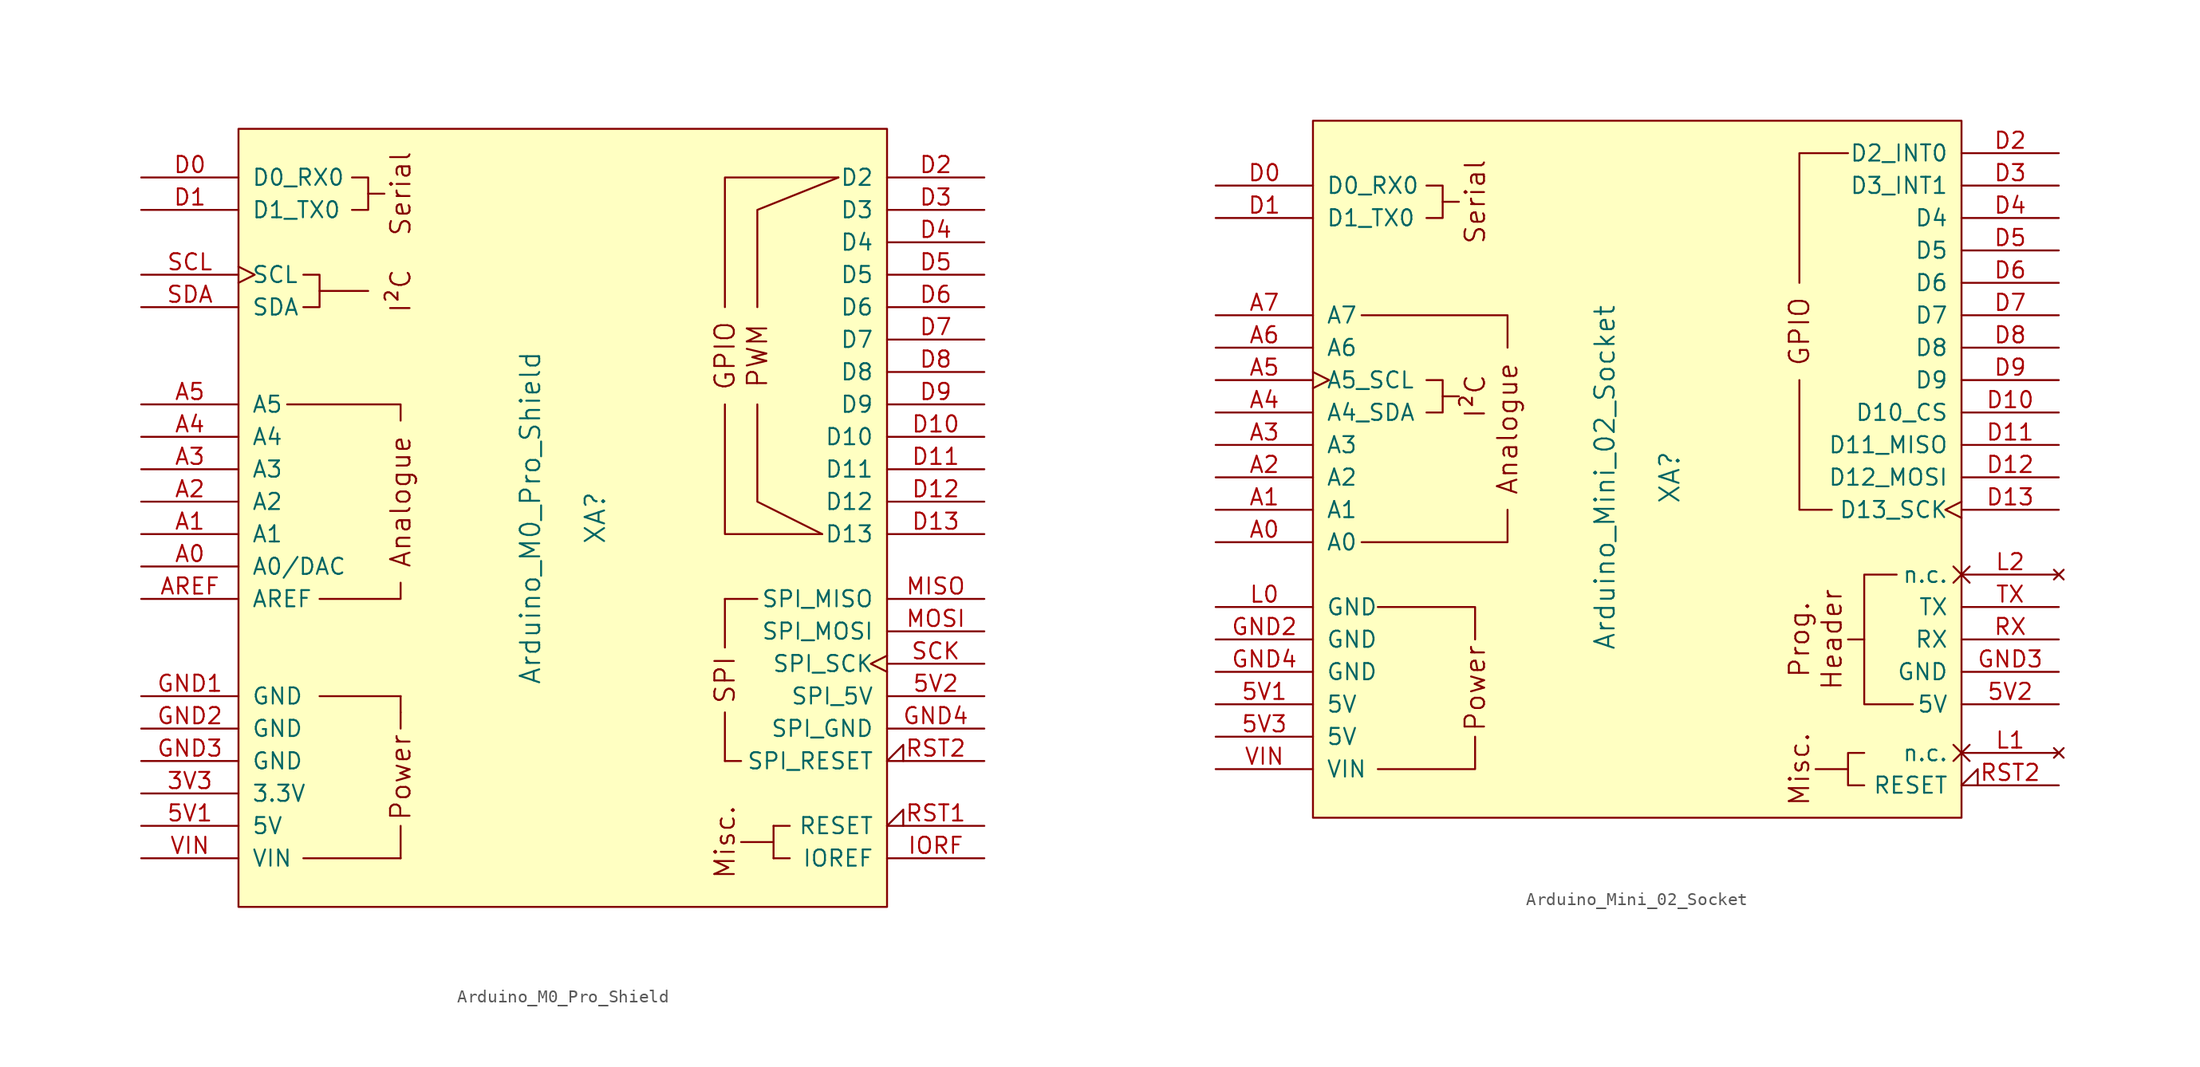
<source format=kicad_sym>
(kicad_symbol_lib
  (version 20231120)
  (generator "kicad_symbol_editor")
  (generator_version "8.0")
  (symbol "Arduino_M0_Pro_Shield"
    (pin_names
      (offset 1.016))
    (property "Reference" "XA"
      (at 2.54 0 90)
      (effects (font (size 1.524 1.524))))
    (property "Value" "Arduino_M0_Pro_Shield"
      (at -2.54 0 90)
      (effects (font (size 1.524 1.524))))
    (symbol "Arduino_M0_Pro_Shield_0_0"
      (rectangle (start -25.4 30.48) (end 25.4 -30.48) (stroke (width 0) (type solid)) (fill (type background)))
      (rectangle (start -20.32 -26.67) (end -12.7 -26.67) (stroke (width 0) (type solid)) (fill (type none)))
      (rectangle (start -19.05 -13.97) (end -12.7 -13.97) (stroke (width 0) (type solid)) (fill (type none)))
      (polyline (pts (xy -19.05 17.78) (xy -15.24 17.78)) (stroke (width 0) (type solid)) (fill (type none)))
      (polyline (pts (xy -15.24 25.4) (xy -13.97 25.4)) (stroke (width 0) (type solid)) (fill (type none)))
      (polyline (pts (xy -12.7 -26.67) (xy -12.7 -24.13)) (stroke (width 0) (type solid)) (fill (type none)))
      (polyline (pts (xy -12.7 -15.24) (xy -12.7 -16.51)) (stroke (width 0) (type solid)) (fill (type none)))
      (polyline (pts (xy -12.7 -13.97) (xy -12.7 -15.24)) (stroke (width 0) (type solid)) (fill (type none)))
      (polyline (pts (xy -12.7 -5.08) (xy -12.7 -6.35) (xy -19.05 -6.35)) (stroke (width 0) (type solid)) (fill (type none)))
      (polyline (pts (xy -12.7 7.62) (xy -12.7 8.89) (xy -21.59 8.89)) (stroke (width 0) (type solid)) (fill (type none)))
      (polyline (pts (xy 12.7 8.89) (xy 12.7 -1.27) (xy 20.32 -1.27)) (stroke (width 0) (type solid)) (fill (type none)))
      (polyline (pts (xy 12.7 16.51) (xy 12.7 26.67) (xy 21.59 26.67)) (stroke (width 0) (type solid)) (fill (type none)))
      (polyline (pts (xy 15.24 8.89) (xy 15.24 1.27) (xy 20.32 -1.27)) (stroke (width 0) (type solid)) (fill (type none)))
      (polyline (pts (xy 15.24 16.51) (xy 15.24 24.13) (xy 21.59 26.67)) (stroke (width 0) (type solid)) (fill (type none)))
      (polyline (pts (xy -20.32 19.05) (xy -19.05 19.05) (xy -19.05 16.51) (xy -20.32 16.51)) (stroke (width 0) (type solid)) (fill (type none)))
      (polyline (pts (xy -16.51 26.67) (xy -15.24 26.67) (xy -15.24 24.13) (xy -16.51 24.13)) (stroke (width 0) (type solid)) (fill (type none)))
      (rectangle (start 12.7 -19.05) (end 12.7 -15.24) (stroke (width 0) (type solid)) (fill (type none)))
      (rectangle (start 12.7 -10.16) (end 12.7 -6.35) (stroke (width 0) (type solid)) (fill (type none)))
      (rectangle (start 13.97 -19.05) (end 12.7 -19.05) (stroke (width 0) (type solid)) (fill (type none)))
      (rectangle (start 15.24 -6.35) (end 12.7 -6.35) (stroke (width 0) (type solid)) (fill (type none)))
      (rectangle (start 16.51 -25.4) (end 13.97 -25.4) (stroke (width 0) (type solid)) (fill (type none)))
      (rectangle (start 16.51 -24.13) (end 16.51 -26.67) (stroke (width 0) (type solid)) (fill (type none)))
      (rectangle (start 17.78 -26.67) (end 16.51 -26.67) (stroke (width 0) (type solid)) (fill (type none)))
      (rectangle (start 17.78 -24.13) (end 16.51 -24.13) (stroke (width 0) (type solid)) (fill (type none)))
      (text "Analogue" (at -12.7 1.27 900) (effects (font (size 1.524 1.524))))
      (text "I²C" (at -12.7 17.78 900) (effects (font (size 1.524 1.524))))
      (text "Misc." (at 12.7 -25.4 900) (effects (font (size 1.524 1.524))))
      (text "Power" (at -12.7 -20.32 900) (effects (font (size 1.524 1.524))))
      (text "PWM" (at 15.24 12.7 900) (effects (font (size 1.524 1.524))))
      (text "Serial" (at -12.7 25.4 900) (effects (font (size 1.524 1.524))))
      (text "SPI" (at 12.7 -12.7 900) (effects (font (size 1.524 1.524)))))
    (symbol "Arduino_M0_Pro_Shield_1_0"
      (text "GPIO" (at 12.7 12.7 900) (effects (font (size 1.524 1.524)))))
    (symbol "Arduino_M0_Pro_Shield_1_1"
      (pin power_in line (at -33.02 -21.59 0) (length 7.62) (name "3.3V" (effects (font (size 1.27 1.27)))) (number "3V3" (effects (font (size 1.27 1.27)))))
      (pin power_in line (at -33.02 -24.13 0) (length 7.62) (name "5V" (effects (font (size 1.27 1.27)))) (number "5V1" (effects (font (size 1.27 1.27)))))
      (pin power_in line (at 33.02 -13.97 180) (length 7.62) (name "SPI_5V" (effects (font (size 1.27 1.27)))) (number "5V2" (effects (font (size 1.27 1.27)))))
      (pin bidirectional line (at -33.02 -3.81 0) (length 7.62) (name "A0/DAC" (effects (font (size 1.27 1.27)))) (number "A0" (effects (font (size 1.27 1.27)))))
      (pin bidirectional line (at -33.02 -1.27 0) (length 7.62) (name "A1" (effects (font (size 1.27 1.27)))) (number "A1" (effects (font (size 1.27 1.27)))))
      (pin bidirectional line (at -33.02 1.27 0) (length 7.62) (name "A2" (effects (font (size 1.27 1.27)))) (number "A2" (effects (font (size 1.27 1.27)))))
      (pin bidirectional line (at -33.02 3.81 0) (length 7.62) (name "A3" (effects (font (size 1.27 1.27)))) (number "A3" (effects (font (size 1.27 1.27)))))
      (pin bidirectional line (at -33.02 6.35 0) (length 7.62) (name "A4" (effects (font (size 1.27 1.27)))) (number "A4" (effects (font (size 1.27 1.27)))))
      (pin bidirectional line (at -33.02 8.89 0) (length 7.62) (name "A5" (effects (font (size 1.27 1.27)))) (number "A5" (effects (font (size 1.27 1.27)))))
      (pin input line (at -33.02 -6.35 0) (length 7.62) (name "AREF" (effects (font (size 1.27 1.27)))) (number "AREF" (effects (font (size 1.27 1.27)))))
      (pin bidirectional line (at -33.02 26.67 0) (length 7.62) (name "D0_RX0" (effects (font (size 1.27 1.27)))) (number "D0" (effects (font (size 1.27 1.27)))))
      (pin bidirectional line (at -33.02 24.13 0) (length 7.62) (name "D1_TX0" (effects (font (size 1.27 1.27)))) (number "D1" (effects (font (size 1.27 1.27)))))
      (pin bidirectional line (at 33.02 6.35 180) (length 7.62) (name "D10" (effects (font (size 1.27 1.27)))) (number "D10" (effects (font (size 1.27 1.27)))))
      (pin bidirectional line (at 33.02 3.81 180) (length 7.62) (name "D11" (effects (font (size 1.27 1.27)))) (number "D11" (effects (font (size 1.27 1.27)))))
      (pin bidirectional line (at 33.02 1.27 180) (length 7.62) (name "D12" (effects (font (size 1.27 1.27)))) (number "D12" (effects (font (size 1.27 1.27)))))
      (pin bidirectional line (at 33.02 -1.27 180) (length 7.62) (name "D13" (effects (font (size 1.27 1.27)))) (number "D13" (effects (font (size 1.27 1.27)))))
      (pin bidirectional line (at 33.02 26.67 180) (length 7.62) (name "D2" (effects (font (size 1.27 1.27)))) (number "D2" (effects (font (size 1.27 1.27)))))
      (pin bidirectional line (at 33.02 24.13 180) (length 7.62) (name "D3" (effects (font (size 1.27 1.27)))) (number "D3" (effects (font (size 1.27 1.27)))))
      (pin bidirectional line (at 33.02 21.59 180) (length 7.62) (name "D4" (effects (font (size 1.27 1.27)))) (number "D4" (effects (font (size 1.27 1.27)))))
      (pin bidirectional line (at 33.02 19.05 180) (length 7.62) (name "D5" (effects (font (size 1.27 1.27)))) (number "D5" (effects (font (size 1.27 1.27)))))
      (pin bidirectional line (at 33.02 16.51 180) (length 7.62) (name "D6" (effects (font (size 1.27 1.27)))) (number "D6" (effects (font (size 1.27 1.27)))))
      (pin bidirectional line (at 33.02 13.97 180) (length 7.62) (name "D7" (effects (font (size 1.27 1.27)))) (number "D7" (effects (font (size 1.27 1.27)))))
      (pin bidirectional line (at 33.02 11.43 180) (length 7.62) (name "D8" (effects (font (size 1.27 1.27)))) (number "D8" (effects (font (size 1.27 1.27)))))
      (pin bidirectional line (at 33.02 8.89 180) (length 7.62) (name "D9" (effects (font (size 1.27 1.27)))) (number "D9" (effects (font (size 1.27 1.27)))))
      (pin power_in line (at -33.02 -13.97 0) (length 7.62) (name "GND" (effects (font (size 1.27 1.27)))) (number "GND1" (effects (font (size 1.27 1.27)))))
      (pin power_in line (at -33.02 -16.51 0) (length 7.62) (name "GND" (effects (font (size 1.27 1.27)))) (number "GND2" (effects (font (size 1.27 1.27)))))
      (pin power_in line (at -33.02 -19.05 0) (length 7.62) (name "GND" (effects (font (size 1.27 1.27)))) (number "GND3" (effects (font (size 1.27 1.27)))))
      (pin power_in line (at 33.02 -16.51 180) (length 7.62) (name "SPI_GND" (effects (font (size 1.27 1.27)))) (number "GND4" (effects (font (size 1.27 1.27)))))
      (pin output line (at 33.02 -26.67 180) (length 7.62) (name "IOREF" (effects (font (size 1.27 1.27)))) (number "IORF" (effects (font (size 1.27 1.27)))))
      (pin input line (at 33.02 -6.35 180) (length 7.62) (name "SPI_MISO" (effects (font (size 1.27 1.27)))) (number "MISO" (effects (font (size 1.27 1.27)))))
      (pin output line (at 33.02 -8.89 180) (length 7.62) (name "SPI_MOSI" (effects (font (size 1.27 1.27)))) (number "MOSI" (effects (font (size 1.27 1.27)))))
      (pin open_collector input_low (at 33.02 -24.13 180) (length 7.62) (name "RESET" (effects (font (size 1.27 1.27)))) (number "RST1" (effects (font (size 1.27 1.27)))))
      (pin open_collector input_low (at 33.02 -19.05 180) (length 7.62) (name "SPI_RESET" (effects (font (size 1.27 1.27)))) (number "RST2" (effects (font (size 1.27 1.27)))))
      (pin output clock (at 33.02 -11.43 180) (length 7.62) (name "SPI_SCK" (effects (font (size 1.27 1.27)))) (number "SCK" (effects (font (size 1.27 1.27)))))
      (pin bidirectional clock (at -33.02 19.05 0) (length 7.62) (name "SCL" (effects (font (size 1.27 1.27)))) (number "SCL" (effects (font (size 1.27 1.27)))))
      (pin bidirectional line (at -33.02 16.51 0) (length 7.62) (name "SDA" (effects (font (size 1.27 1.27)))) (number "SDA" (effects (font (size 1.27 1.27)))))
      (pin power_in line (at -33.02 -26.67 0) (length 7.62) (name "VIN" (effects (font (size 1.27 1.27)))) (number "VIN" (effects (font (size 1.27 1.27)))))))
  (symbol "Arduino_Mini_02_Socket"
    (pin_names
      (offset 1.016))
    (property "Reference" "XA"
      (at 2.54 0 90)
      (effects (font (size 1.524 1.524))))
    (property "Value" "Arduino_Mini_02_Socket"
      (at -2.54 0 90)
      (effects (font (size 1.524 1.524))))
    (symbol "Arduino_Mini_02_Socket_0_0"
      (rectangle (start -25.4 27.94) (end 25.4 -26.67) (stroke (width 0) (type solid)) (fill (type background)))
      (polyline (pts (xy -15.24 6.35) (xy -13.97 6.35)) (stroke (width 0) (type solid)) (fill (type none)))
      (polyline (pts (xy -15.24 21.59) (xy -13.97 21.59)) (stroke (width 0) (type solid)) (fill (type none)))
      (polyline (pts (xy 16.51 -22.86) (xy 13.97 -22.86)) (stroke (width 0) (type solid)) (fill (type none)))
      (polyline (pts (xy -20.32 -22.86) (xy -12.7 -22.86) (xy -12.7 -20.32)) (stroke (width 0) (type solid)) (fill (type none)))
      (polyline (pts (xy -12.7 -12.7) (xy -12.7 -10.16) (xy -20.32 -10.16)) (stroke (width 0) (type solid)) (fill (type none)))
      (polyline (pts (xy -10.16 -2.54) (xy -10.16 -5.08) (xy -21.59 -5.08)) (stroke (width 0) (type solid)) (fill (type none)))
      (polyline (pts (xy -10.16 10.16) (xy -10.16 12.7) (xy -21.59 12.7)) (stroke (width 0) (type solid)) (fill (type none)))
      (polyline (pts (xy 17.78 -12.7) (xy 17.78 -17.78) (xy 21.59 -17.78)) (stroke (width 0) (type solid)) (fill (type none)))
      (polyline (pts (xy -16.51 7.62) (xy -15.24 7.62) (xy -15.24 5.08) (xy -16.51 5.08)) (stroke (width 0) (type solid)) (fill (type none)))
      (polyline (pts (xy -16.51 22.86) (xy -15.24 22.86) (xy -15.24 20.32) (xy -16.51 20.32)) (stroke (width 0) (type solid)) (fill (type none)))
      (polyline (pts (xy 20.32 -7.62) (xy 17.78 -7.62) (xy 17.78 -12.7) (xy 16.51 -12.7)) (stroke (width 0) (type solid)) (fill (type none)))
      (text "Analogue" (at -10.16 3.81 900) (effects (font (size 1.524 1.524))))
      (text "Header" (at 15.24 -12.7 900) (effects (font (size 1.524 1.524))))
      (text "I²C" (at -12.7 6.35 900) (effects (font (size 1.524 1.524))))
      (text "Misc." (at 12.7 -22.86 900) (effects (font (size 1.524 1.524))))
      (text "Power" (at -12.7 -16.51 900) (effects (font (size 1.524 1.524))))
      (text "Prog." (at 12.7 -12.7 900) (effects (font (size 1.524 1.524))))
      (text "Serial" (at -12.7 21.59 900) (effects (font (size 1.524 1.524)))))
    (symbol "Arduino_Mini_02_Socket_0_1"
      (polyline (pts (xy 15.24 -2.54) (xy 12.7 -2.54) (xy 12.7 7.62)) (stroke (width 0) (type solid)) (fill (type none)))
      (polyline (pts (xy 16.51 25.4) (xy 12.7 25.4) (xy 12.7 15.24)) (stroke (width 0) (type solid)) (fill (type none)))
      (polyline (pts (xy 17.78 -21.59) (xy 16.51 -21.59) (xy 16.51 -24.13) (xy 17.78 -24.13)) (stroke (width 0) (type solid)) (fill (type none))))
    (symbol "Arduino_Mini_02_Socket_1_0"
      (text "GPIO" (at 12.7 11.43 900) (effects (font (size 1.524 1.524)))))
    (symbol "Arduino_Mini_02_Socket_1_1"
      (pin power_in line (at -33.02 -17.78 0) (length 7.62) (name "5V" (effects (font (size 1.27 1.27)))) (number "5V1" (effects (font (size 1.27 1.27)))))
      (pin power_in line (at 33.02 -17.78 180) (length 7.62) (name "5V" (effects (font (size 1.27 1.27)))) (number "5V2" (effects (font (size 1.27 1.27)))))
      (pin power_in line (at -33.02 -20.32 0) (length 7.62) (name "5V" (effects (font (size 1.27 1.27)))) (number "5V3" (effects (font (size 1.27 1.27)))))
      (pin bidirectional line (at -33.02 -5.08 0) (length 7.62) (name "A0" (effects (font (size 1.27 1.27)))) (number "A0" (effects (font (size 1.27 1.27)))))
      (pin bidirectional line (at -33.02 -2.54 0) (length 7.62) (name "A1" (effects (font (size 1.27 1.27)))) (number "A1" (effects (font (size 1.27 1.27)))))
      (pin bidirectional line (at -33.02 0 0) (length 7.62) (name "A2" (effects (font (size 1.27 1.27)))) (number "A2" (effects (font (size 1.27 1.27)))))
      (pin bidirectional line (at -33.02 2.54 0) (length 7.62) (name "A3" (effects (font (size 1.27 1.27)))) (number "A3" (effects (font (size 1.27 1.27)))))
      (pin bidirectional line (at -33.02 5.08 0) (length 7.62) (name "A4_SDA" (effects (font (size 1.27 1.27)))) (number "A4" (effects (font (size 1.27 1.27)))))
      (pin bidirectional clock (at -33.02 7.62 0) (length 7.62) (name "A5_SCL" (effects (font (size 1.27 1.27)))) (number "A5" (effects (font (size 1.27 1.27)))))
      (pin input line (at -33.02 10.16 0) (length 7.62) (name "A6" (effects (font (size 1.27 1.27)))) (number "A6" (effects (font (size 1.27 1.27)))))
      (pin input line (at -33.02 12.7 0) (length 7.62) (name "A7" (effects (font (size 1.27 1.27)))) (number "A7" (effects (font (size 1.27 1.27)))))
      (pin bidirectional line (at -33.02 22.86 0) (length 7.62) (name "D0_RX0" (effects (font (size 1.27 1.27)))) (number "D0" (effects (font (size 1.27 1.27)))))
      (pin bidirectional line (at -33.02 20.32 0) (length 7.62) (name "D1_TX0" (effects (font (size 1.27 1.27)))) (number "D1" (effects (font (size 1.27 1.27)))))
      (pin bidirectional line (at 33.02 5.08 180) (length 7.62) (name "D10_CS" (effects (font (size 1.27 1.27)))) (number "D10" (effects (font (size 1.27 1.27)))))
      (pin bidirectional line (at 33.02 2.54 180) (length 7.62) (name "D11_MISO" (effects (font (size 1.27 1.27)))) (number "D11" (effects (font (size 1.27 1.27)))))
      (pin bidirectional line (at 33.02 0 180) (length 7.62) (name "D12_MOSI" (effects (font (size 1.27 1.27)))) (number "D12" (effects (font (size 1.27 1.27)))))
      (pin bidirectional clock (at 33.02 -2.54 180) (length 7.62) (name "D13_SCK" (effects (font (size 1.27 1.27)))) (number "D13" (effects (font (size 1.27 1.27)))))
      (pin bidirectional line (at 33.02 25.4 180) (length 7.62) (name "D2_INT0" (effects (font (size 1.27 1.27)))) (number "D2" (effects (font (size 1.27 1.27)))))
      (pin bidirectional line (at 33.02 22.86 180) (length 7.62) (name "D3_INT1" (effects (font (size 1.27 1.27)))) (number "D3" (effects (font (size 1.27 1.27)))))
      (pin bidirectional line (at 33.02 20.32 180) (length 7.62) (name "D4" (effects (font (size 1.27 1.27)))) (number "D4" (effects (font (size 1.27 1.27)))))
      (pin bidirectional line (at 33.02 17.78 180) (length 7.62) (name "D5" (effects (font (size 1.27 1.27)))) (number "D5" (effects (font (size 1.27 1.27)))))
      (pin bidirectional line (at 33.02 15.24 180) (length 7.62) (name "D6" (effects (font (size 1.27 1.27)))) (number "D6" (effects (font (size 1.27 1.27)))))
      (pin bidirectional line (at 33.02 12.7 180) (length 7.62) (name "D7" (effects (font (size 1.27 1.27)))) (number "D7" (effects (font (size 1.27 1.27)))))
      (pin bidirectional line (at 33.02 10.16 180) (length 7.62) (name "D8" (effects (font (size 1.27 1.27)))) (number "D8" (effects (font (size 1.27 1.27)))))
      (pin bidirectional line (at 33.02 7.62 180) (length 7.62) (name "D9" (effects (font (size 1.27 1.27)))) (number "D9" (effects (font (size 1.27 1.27)))))
      (pin power_in line (at -33.02 -12.7 0) (length 7.62) (name "GND" (effects (font (size 1.27 1.27)))) (number "GND2" (effects (font (size 1.27 1.27)))))
      (pin power_in line (at 33.02 -15.24 180) (length 7.62) (name "GND" (effects (font (size 1.27 1.27)))) (number "GND3" (effects (font (size 1.27 1.27)))))
      (pin power_in line (at -33.02 -15.24 0) (length 7.62) (name "GND" (effects (font (size 1.27 1.27)))) (number "GND4" (effects (font (size 1.27 1.27)))))
      (pin power_in line (at -33.02 -10.16 0) (length 7.62) (name "GND" (effects (font (size 1.27 1.27)))) (number "L0" (effects (font (size 1.27 1.27)))))
      (pin no_connect non_logic (at 33.02 -21.59 180) (length 7.62) (name "n.c." (effects (font (size 1.27 1.27)))) (number "L1" (effects (font (size 1.27 1.27)))))
      (pin no_connect non_logic (at 33.02 -7.62 180) (length 7.62) (name "n.c." (effects (font (size 1.27 1.27)))) (number "L2" (effects (font (size 1.27 1.27)))))
      (pin open_collector input_low (at 33.02 -24.13 180) (length 7.62) (name "RESET" (effects (font (size 1.27 1.27)))) (number "RST2" (effects (font (size 1.27 1.27)))))
      (pin bidirectional line (at 33.02 -12.7 180) (length 7.62) (name "RX" (effects (font (size 1.27 1.27)))) (number "RX" (effects (font (size 1.27 1.27)))))
      (pin bidirectional line (at 33.02 -10.16 180) (length 7.62) (name "TX" (effects (font (size 1.27 1.27)))) (number "TX" (effects (font (size 1.27 1.27)))))
      (pin power_in line (at -33.02 -22.86 0) (length 7.62) (name "VIN" (effects (font (size 1.27 1.27)))) (number "VIN" (effects (font (size 1.27 1.27))))))))
</source>
